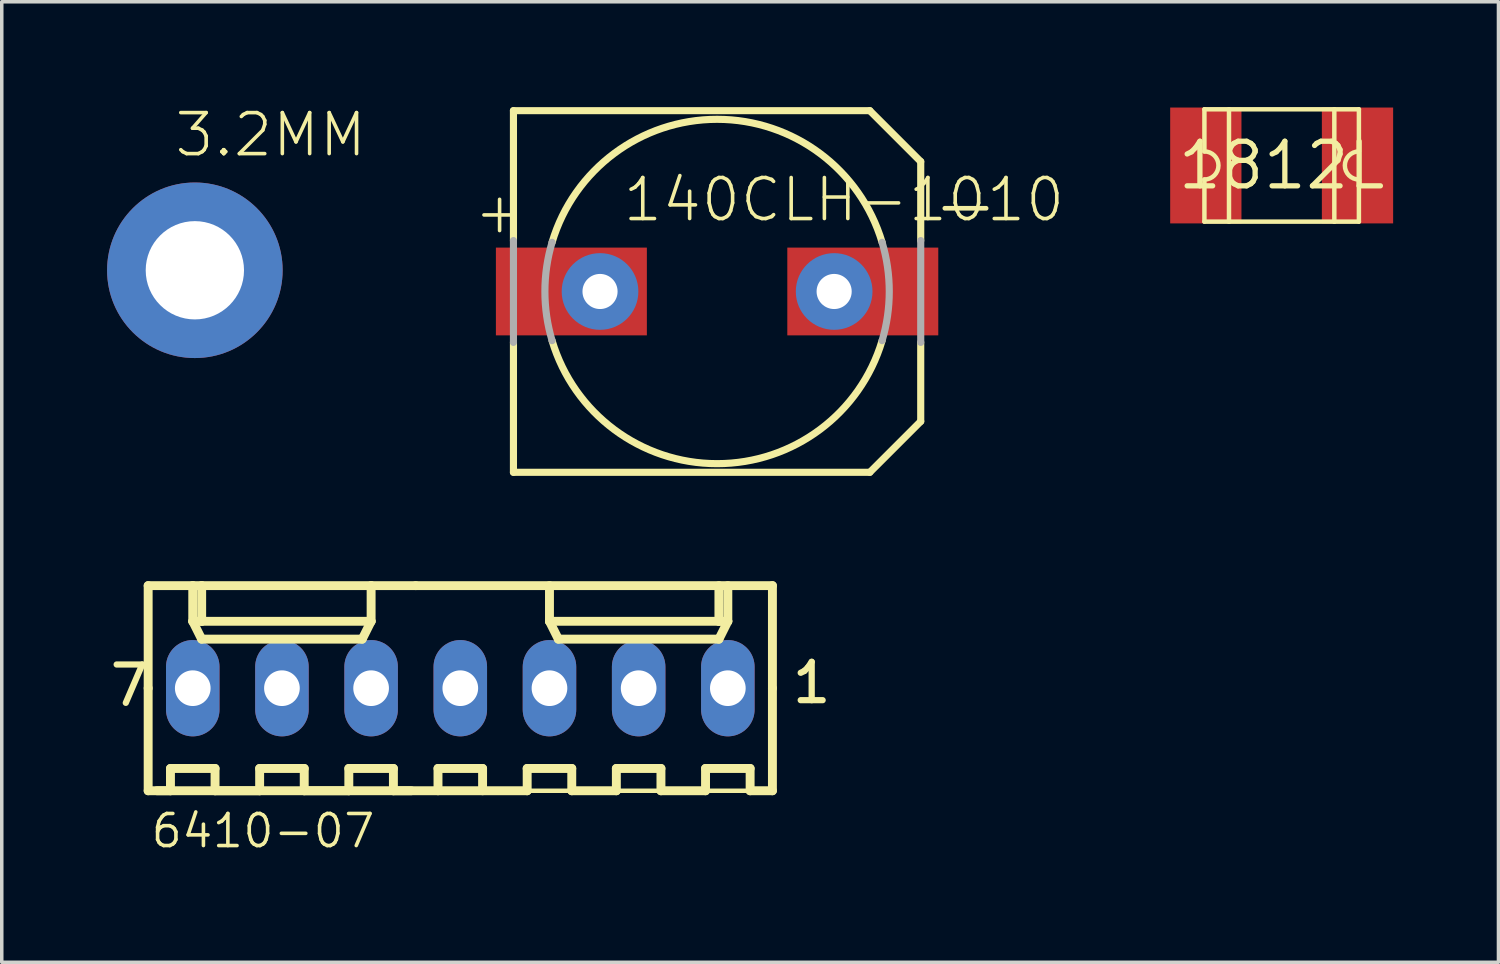
<source format=kicad_pcb>
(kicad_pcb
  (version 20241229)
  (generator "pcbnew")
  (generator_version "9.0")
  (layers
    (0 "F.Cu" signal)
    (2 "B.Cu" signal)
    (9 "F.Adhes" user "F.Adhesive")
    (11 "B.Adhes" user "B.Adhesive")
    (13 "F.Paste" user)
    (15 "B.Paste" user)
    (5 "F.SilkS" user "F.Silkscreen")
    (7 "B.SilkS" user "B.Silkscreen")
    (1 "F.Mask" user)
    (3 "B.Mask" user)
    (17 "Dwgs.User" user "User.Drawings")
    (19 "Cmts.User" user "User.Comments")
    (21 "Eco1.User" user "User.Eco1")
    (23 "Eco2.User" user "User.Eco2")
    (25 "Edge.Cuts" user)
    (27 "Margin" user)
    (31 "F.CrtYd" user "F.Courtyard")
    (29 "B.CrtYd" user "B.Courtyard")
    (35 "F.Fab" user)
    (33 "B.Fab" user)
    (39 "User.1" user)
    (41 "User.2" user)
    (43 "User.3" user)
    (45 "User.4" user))
  (footprint "140CLH-1010"
    (layer "F.Cu")
    (at 17.374 5.252)
    (property "Reference" "140CLH-1010" (at -2.74 -1.93 0) (layer "F.SilkS") (effects (font (size 1.168 1.168) (thickness 0.102)) (justify left bottom)))
    (fp_line (start -5.8 -5.15) (end 4.35 -5.15) (stroke (width 0.203) (type solid)) (layer "F.SilkS"))
    (fp_line (start -5.8 -1.45) (end -5.8 -5.15) (stroke (width 0.203) (type solid)) (layer "F.SilkS"))
    (fp_line (start -5.8 5.15) (end -5.8 1.45) (stroke (width 0.203) (type solid)) (layer "F.SilkS"))
    (fp_line (start 4.35 5.15) (end -5.8 5.15) (stroke (width 0.203) (type solid)) (layer "F.SilkS"))
    (fp_line (start 5.8 -3.7) (end 4.35 -5.15) (stroke (width 0.203) (type solid)) (layer "F.SilkS"))
    (fp_line (start 5.8 -3.7) (end 5.8 -1.45) (stroke (width 0.203) (type solid)) (layer "F.SilkS"))
    (fp_line (start 5.8 1.45) (end 5.8 3.7) (stroke (width 0.203) (type solid)) (layer "F.SilkS"))
    (fp_line (start 5.8 3.7) (end 4.35 5.15) (stroke (width 0.203) (type solid)) (layer "F.SilkS"))
    (fp_arc (start -4.7 -1.4) (mid 0 -4.90408) (end 4.7 -1.4) (stroke (width 0.2032) (type solid)) (layer "F.SilkS"))
    (fp_arc (start 4.7 1.4) (mid 0 4.90408) (end -4.7 1.4) (stroke (width 0.2032) (type solid)) (layer "F.SilkS"))
    (fp_line (start -5.8 1.45) (end -5.8 -1.45) (stroke (width 0.203) (type solid)) (layer "F.Fab"))
    (fp_line (start 5.8 -1.45) (end 5.8 1.45) (stroke (width 0.203) (type solid)) (layer "F.Fab"))
    (fp_arc (start -4.7 1.4) (mid -4.90408 0) (end -4.7 -1.4) (stroke (width 0.2032) (type solid)) (layer "F.Fab"))
    (fp_arc (start 4.7 -1.4) (mid 4.90408 0) (end 4.7 1.4) (stroke (width 0.2032) (type solid)) (layer "F.Fab"))
    (fp_text user "-" (at 6.032 -1.587 0) (layer "F.SilkS") (effects (font (size 1.542 1.542) (thickness 0.134)) (justify left bottom)))
    (fp_text user "+" (at -6.985 -1.587 0) (layer "F.SilkS") (effects (font (size 1.168 1.168) (thickness 0.102)) (justify left bottom)))
    (pad "P1" thru_hole circle (at -3.334 0) (size 2.184 2.184) (drill 1) (layers "*.Cu" "*.Mask"))
    (pad "P2" thru_hole circle (at 3.334 0) (size 2.184 2.184) (drill 1) (layers "*.Cu" "*.Mask"))
    (pad "S1" smd rect (at -4.15 0) (size 4.3 2.5) (layers "F.Cu" "F.Mask" "F.Paste"))
    (pad "S2" smd rect (at 4.15 0) (size 4.3 2.5) (layers "F.Cu" "F.Mask" "F.Paste")))
  (footprint "6410-07"
    (layer "F.Cu")
    (at 10.06 16.551)
    (property "Reference" "6410-07" (at -8.863 4.599 0) (layer "F.SilkS") (effects (font (size 0.914 0.914) (thickness 0.102)) (justify left bottom)))
    (fp_line (start -8.89 -2.921) (end -7.62 -2.921) (stroke (width 0.254) (type solid)) (layer "F.SilkS"))
    (fp_line (start -8.89 0) (end -8.89 -2.921) (stroke (width 0.254) (type solid)) (layer "F.SilkS"))
    (fp_line (start -8.89 0) (end -8.89 2.921) (stroke (width 0.254) (type solid)) (layer "F.SilkS"))
    (fp_line (start -8.89 2.921) (end -1.397 2.921) (stroke (width 0.254) (type solid)) (layer "F.SilkS"))
    (fp_line (start -8.636 2.921) (end -8.255 2.921) (stroke (width 0.254) (type solid)) (layer "F.SilkS"))
    (fp_line (start -8.255 2.286) (end -6.985 2.286) (stroke (width 0.254) (type solid)) (layer "F.SilkS"))
    (fp_line (start -8.255 2.921) (end -8.255 2.286) (stroke (width 0.254) (type solid)) (layer "F.SilkS"))
    (fp_line (start -7.62 -2.921) (end -7.366 -2.921) (stroke (width 0.254) (type solid)) (layer "F.SilkS"))
    (fp_line (start -7.62 -2.54) (end -7.62 -2.921) (stroke (width 0.127) (type solid)) (layer "F.SilkS"))
    (fp_line (start -7.62 -1.905) (end -7.62 -2.921) (stroke (width 0.254) (type solid)) (layer "F.SilkS"))
    (fp_line (start -7.62 -1.905) (end -7.366 -1.905) (stroke (width 0.254) (type solid)) (layer "F.SilkS"))
    (fp_line (start -7.62 -1.905) (end -7.366 -1.397) (stroke (width 0.254) (type solid)) (layer "F.SilkS"))
    (fp_line (start -7.366 -2.921) (end -7.366 -1.905) (stroke (width 0.254) (type solid)) (layer "F.SilkS"))
    (fp_line (start -7.366 -2.921) (end -2.54 -2.921) (stroke (width 0.254) (type solid)) (layer "F.SilkS"))
    (fp_line (start -7.366 -1.905) (end -2.54 -1.905) (stroke (width 0.254) (type solid)) (layer "F.SilkS"))
    (fp_line (start -7.366 -1.397) (end -2.794 -1.397) (stroke (width 0.254) (type solid)) (layer "F.SilkS"))
    (fp_line (start -6.985 2.286) (end -6.985 2.921) (stroke (width 0.254) (type solid)) (layer "F.SilkS"))
    (fp_line (start -6.985 2.921) (end -5.715 2.921) (stroke (width 0.254) (type solid)) (layer "F.SilkS"))
    (fp_line (start -5.715 2.286) (end -4.445 2.286) (stroke (width 0.254) (type solid)) (layer "F.SilkS"))
    (fp_line (start -5.715 2.921) (end -5.715 2.286) (stroke (width 0.254) (type solid)) (layer "F.SilkS"))
    (fp_line (start -4.445 2.286) (end -4.445 2.921) (stroke (width 0.254) (type solid)) (layer "F.SilkS"))
    (fp_line (start -4.445 2.921) (end -3.175 2.921) (stroke (width 0.254) (type solid)) (layer "F.SilkS"))
    (fp_line (start -3.175 2.286) (end -1.905 2.286) (stroke (width 0.254) (type solid)) (layer "F.SilkS"))
    (fp_line (start -3.175 2.921) (end -3.175 2.286) (stroke (width 0.254) (type solid)) (layer "F.SilkS"))
    (fp_line (start -2.794 -1.397) (end -2.54 -1.905) (stroke (width 0.254) (type solid)) (layer "F.SilkS"))
    (fp_line (start -2.54 -2.921) (end -1.27 -2.921) (stroke (width 0.254) (type solid)) (layer "F.SilkS"))
    (fp_line (start -2.54 -1.905) (end -2.54 -2.921) (stroke (width 0.254) (type solid)) (layer "F.SilkS"))
    (fp_line (start -1.905 2.286) (end -1.905 2.921) (stroke (width 0.254) (type solid)) (layer "F.SilkS"))
    (fp_line (start -1.905 2.921) (end 1.905 2.921) (stroke (width 0.254) (type solid)) (layer "F.SilkS"))
    (fp_line (start -0.635 2.286) (end 0.635 2.286) (stroke (width 0.254) (type solid)) (layer "F.SilkS"))
    (fp_line (start -0.635 2.921) (end -0.635 2.286) (stroke (width 0.254) (type solid)) (layer "F.SilkS"))
    (fp_line (start 0.635 2.286) (end 0.635 2.921) (stroke (width 0.254) (type solid)) (layer "F.SilkS"))
    (fp_line (start 1.905 2.286) (end 3.175 2.286) (stroke (width 0.254) (type solid)) (layer "F.SilkS"))
    (fp_line (start 1.905 2.921) (end 1.905 2.286) (stroke (width 0.254) (type solid)) (layer "F.SilkS"))
    (fp_line (start 2.54 -1.905) (end 2.54 -2.921) (stroke (width 0.254) (type solid)) (layer "F.SilkS"))
    (fp_line (start 2.54 -1.905) (end 2.794 -1.397) (stroke (width 0.254) (type solid)) (layer "F.SilkS"))
    (fp_line (start 2.54 -1.905) (end 7.366 -1.905) (stroke (width 0.254) (type solid)) (layer "F.SilkS"))
    (fp_line (start 2.794 -1.397) (end 7.366 -1.397) (stroke (width 0.254) (type solid)) (layer "F.SilkS"))
    (fp_line (start 3.175 2.286) (end 3.175 2.921) (stroke (width 0.254) (type solid)) (layer "F.SilkS"))
    (fp_line (start 3.175 2.921) (end 4.445 2.921) (stroke (width 0.254) (type solid)) (layer "F.SilkS"))
    (fp_line (start 4.445 2.286) (end 5.715 2.286) (stroke (width 0.254) (type solid)) (layer "F.SilkS"))
    (fp_line (start 4.445 2.921) (end 4.445 2.286) (stroke (width 0.254) (type solid)) (layer "F.SilkS"))
    (fp_line (start 5.715 2.286) (end 5.715 2.921) (stroke (width 0.254) (type solid)) (layer "F.SilkS"))
    (fp_line (start 5.715 2.921) (end 6.985 2.921) (stroke (width 0.254) (type solid)) (layer "F.SilkS"))
    (fp_line (start 6.985 2.286) (end 8.255 2.286) (stroke (width 0.254) (type solid)) (layer "F.SilkS"))
    (fp_line (start 6.985 2.921) (end 6.985 2.286) (stroke (width 0.254) (type solid)) (layer "F.SilkS"))
    (fp_line (start 7.366 -2.921) (end 7.366 -1.905) (stroke (width 0.254) (type solid)) (layer "F.SilkS"))
    (fp_line (start 7.366 -1.905) (end 7.62 -1.905) (stroke (width 0.254) (type solid)) (layer "F.SilkS"))
    (fp_line (start 7.366 -1.397) (end 7.62 -1.905) (stroke (width 0.254) (type solid)) (layer "F.SilkS"))
    (fp_line (start 7.62 -1.905) (end 7.62 -2.921) (stroke (width 0.254) (type solid)) (layer "F.SilkS"))
    (fp_line (start 8.255 2.286) (end 8.255 2.921) (stroke (width 0.254) (type solid)) (layer "F.SilkS"))
    (fp_line (start 8.255 2.921) (end 8.89 2.921) (stroke (width 0.254) (type solid)) (layer "F.SilkS"))
    (fp_line (start 8.89 -2.921) (end -1.27 -2.921) (stroke (width 0.254) (type solid)) (layer "F.SilkS"))
    (fp_line (start 8.89 0) (end 8.89 -2.921) (stroke (width 0.254) (type solid)) (layer "F.SilkS"))
    (fp_line (start 8.89 0) (end 8.89 2.921) (stroke (width 0.254) (type solid)) (layer "F.SilkS"))
    (fp_line (start 8.89 2.921) (end -1.397 2.921) (stroke (width 0.127) (type solid)) (layer "F.SilkS"))
    (fp_poly (pts (xy -7.874 0.254) (xy -7.366 0.254) (xy -7.366 -0.254) (xy -7.874 -0.254)) (stroke (width 0.1) (type default)) (fill no) (layer "F.Fab"))
    (fp_poly (pts (xy -5.334 0.254) (xy -4.826 0.254) (xy -4.826 -0.254) (xy -5.334 -0.254)) (stroke (width 0.1) (type default)) (fill no) (layer "F.Fab"))
    (fp_poly (pts (xy -2.794 0.254) (xy -2.286 0.254) (xy -2.286 -0.254) (xy -2.794 -0.254)) (stroke (width 0.1) (type default)) (fill no) (layer "F.Fab"))
    (fp_poly (pts (xy -0.254 0.254) (xy 0.254 0.254) (xy 0.254 -0.254) (xy -0.254 -0.254)) (stroke (width 0.1) (type default)) (fill no) (layer "F.Fab"))
    (fp_poly (pts (xy 2.286 0.254) (xy 2.794 0.254) (xy 2.794 -0.254) (xy 2.286 -0.254)) (stroke (width 0.1) (type default)) (fill no) (layer "F.Fab"))
    (fp_poly (pts (xy 4.826 0.254) (xy 5.334 0.254) (xy 5.334 -0.254) (xy 4.826 -0.254)) (stroke (width 0.1) (type default)) (fill no) (layer "F.Fab"))
    (fp_poly (pts (xy 7.366 0.254) (xy 7.874 0.254) (xy 7.874 -0.254) (xy 7.366 -0.254)) (stroke (width 0.1) (type default)) (fill no) (layer "F.Fab"))
    (fp_text user "7" (at -10.06 0.56 0) (layer "F.SilkS") (effects (font (size 1.092 1.092) (thickness 0.178)) (justify left bottom)))
    (fp_text user "1" (at 9.371 0.484 0) (layer "F.SilkS") (effects (font (size 1.092 1.092) (thickness 0.178)) (justify left bottom)))
    (pad "1" thru_hole oval (at 7.62 0 90) (size 2.743 1.524) (drill 1.016) (layers "*.Cu" "*.Mask"))
    (pad "2" thru_hole oval (at 5.08 0 90) (size 2.743 1.524) (drill 1.016) (layers "*.Cu" "*.Mask"))
    (pad "3" thru_hole oval (at 2.54 0 90) (size 2.743 1.524) (drill 1.016) (layers "*.Cu" "*.Mask"))
    (pad "4" thru_hole oval (at 0 0 90) (size 2.743 1.524) (drill 1.016) (layers "*.Cu" "*.Mask"))
    (pad "5" thru_hole oval (at -2.54 0 90) (size 2.743 1.524) (drill 1.016) (layers "*.Cu" "*.Mask"))
    (pad "6" thru_hole oval (at -5.08 0 90) (size 2.743 1.524) (drill 1.016) (layers "*.Cu" "*.Mask"))
    (pad "7" thru_hole oval (at -7.62 0 90) (size 2.743 1.524) (drill 1.016) (layers "*.Cu" "*.Mask")))
  (footprint "3.2MM"
    (layer "F.Cu")
    (at 2.5 4.648)
    (property "Reference" "3.2MM" (at -0.635 -3.175 0) (layer "F.SilkS") (effects (font (size 1.168 1.168) (thickness 0.102)) (justify left bottom)))
    (pad "P$1" thru_hole circle (at 0 0) (size 5 5) (drill 2.8) (layers "*.Cu" "*.Mask")))
  (footprint "1812L"
    (layer "F.Cu")
    (at 33.454 1.663)
    (property "Reference" "1812L" (at 0 0 0) (layer "F.SilkS") (effects (font (size 1.27 1.27) (thickness 0.15))))
    (fp_line (start -2.2 -1.6) (end -1.5 -1.6) (stroke (width 0.127) (type solid)) (layer "F.SilkS"))
    (fp_line (start -2.2 -0.4) (end -2.2 -1.6) (stroke (width 0.127) (type solid)) (layer "F.SilkS"))
    (fp_line (start -2.2 1.6) (end -2.2 0.4) (stroke (width 0.127) (type solid)) (layer "F.SilkS"))
    (fp_line (start -1.5 -1.6) (end -1.5 1.6) (stroke (width 0.127) (type solid)) (layer "F.SilkS"))
    (fp_line (start -1.5 -1.6) (end 1.5 -1.6) (stroke (width 0.127) (type solid)) (layer "F.SilkS"))
    (fp_line (start -1.5 1.6) (end -2.2 1.6) (stroke (width 0.127) (type solid)) (layer "F.SilkS"))
    (fp_line (start 1.5 -1.6) (end 1.5 1.6) (stroke (width 0.127) (type solid)) (layer "F.SilkS"))
    (fp_line (start 1.5 -1.6) (end 2.2 -1.6) (stroke (width 0.127) (type solid)) (layer "F.SilkS"))
    (fp_line (start 1.5 1.6) (end -1.5 1.6) (stroke (width 0.127) (type solid)) (layer "F.SilkS"))
    (fp_line (start 2.2 -1.6) (end 2.2 -0.4) (stroke (width 0.127) (type solid)) (layer "F.SilkS"))
    (fp_line (start 2.2 0.4) (end 2.2 1.6) (stroke (width 0.127) (type solid)) (layer "F.SilkS"))
    (fp_line (start 2.2 1.6) (end 1.5 1.6) (stroke (width 0.127) (type solid)) (layer "F.SilkS"))
    (fp_arc (start -2.2 -0.4) (mid -1.8 0) (end -2.2 0.4) (stroke (width 0.127) (type solid)) (layer "F.SilkS"))
    (fp_arc (start 2.2 0.4) (mid 1.8 0) (end 2.2 -0.4) (stroke (width 0.127) (type solid)) (layer "F.SilkS"))
    (pad "P$1" smd rect (at -2.16 0 90) (size 3.3 2.03) (layers "F.Cu" "F.Mask" "F.Paste"))
    (pad "P$2" smd rect (at 2.16 0 90) (size 3.3 2.03) (layers "F.Cu" "F.Mask" "F.Paste")))
  (gr_rect
    (start -3 -3)
    (end 39.629 24.357)
    (stroke (width 0.1) (type default))
    (fill no)
    (layer "Edge.Cuts")))
</source>
